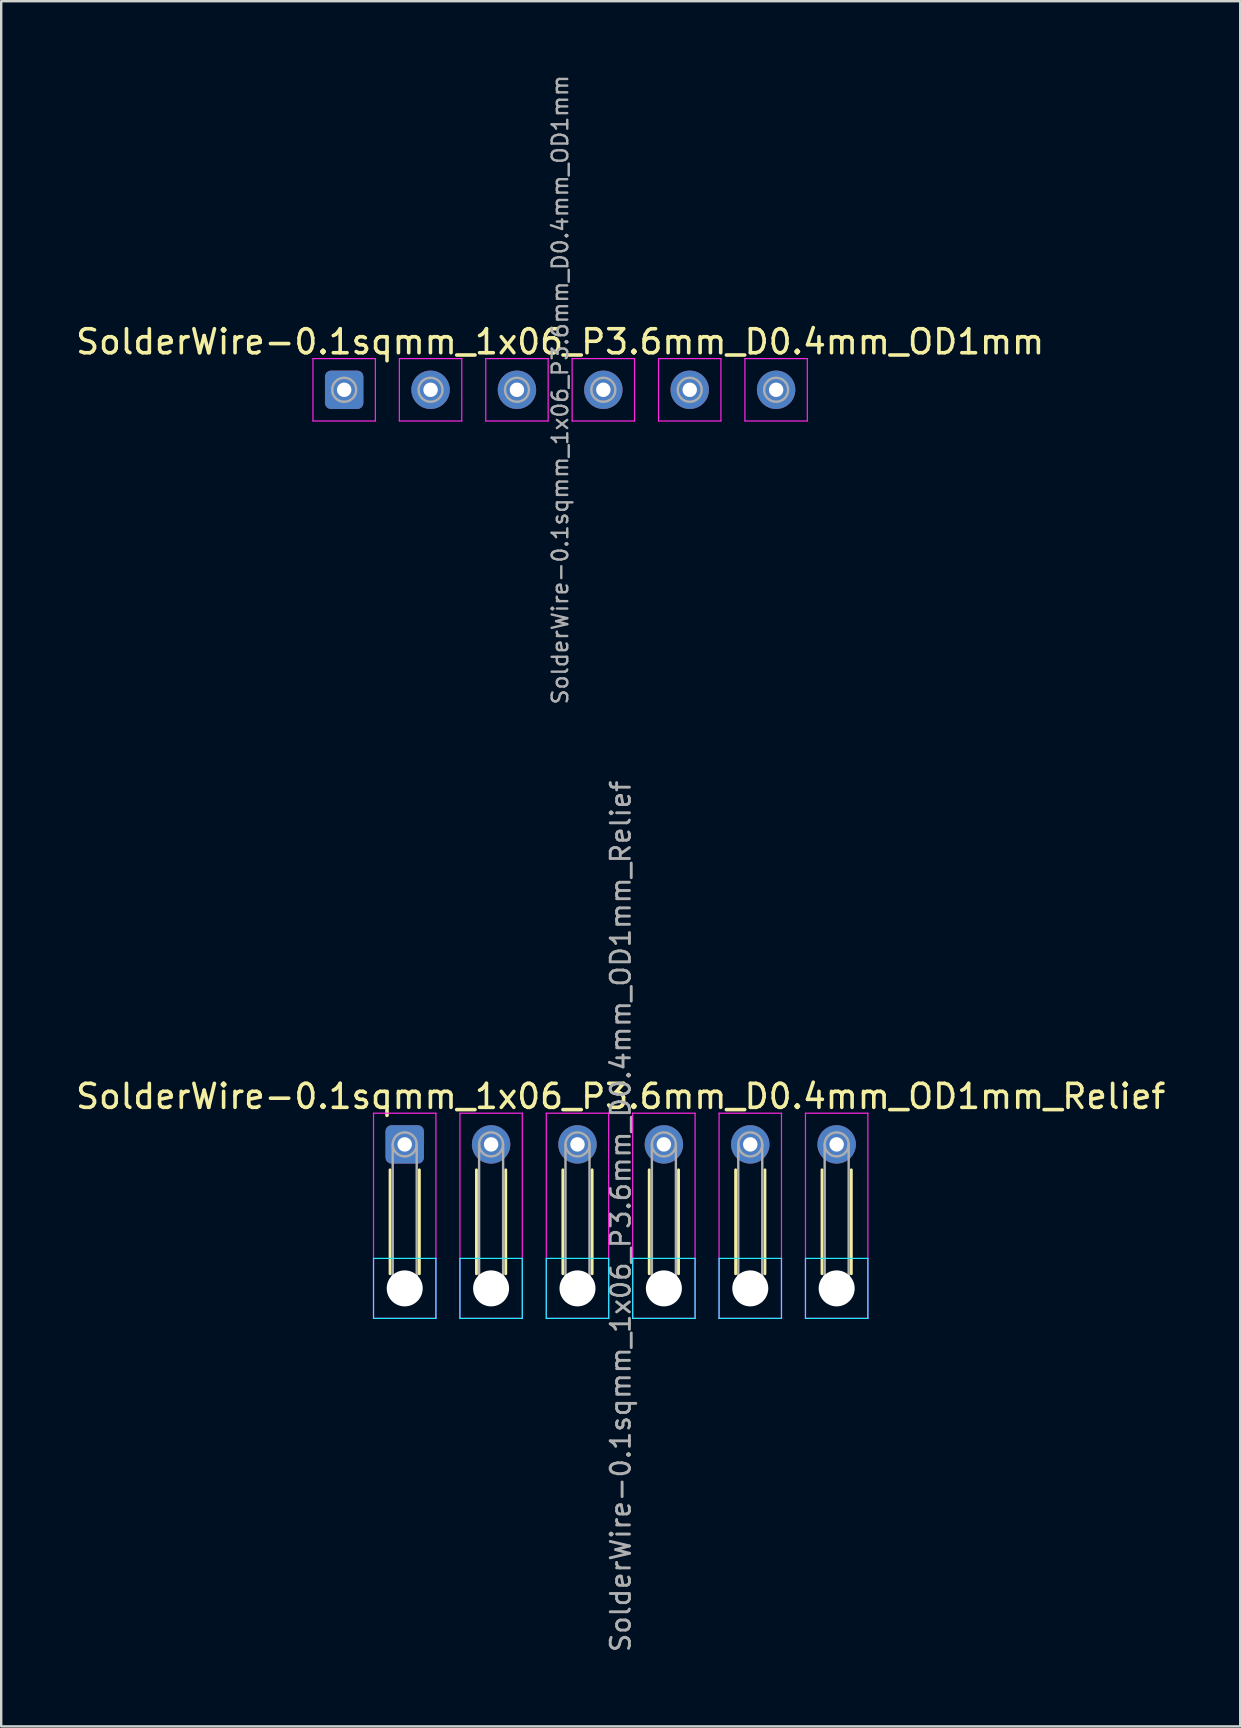
<source format=kicad_pcb>
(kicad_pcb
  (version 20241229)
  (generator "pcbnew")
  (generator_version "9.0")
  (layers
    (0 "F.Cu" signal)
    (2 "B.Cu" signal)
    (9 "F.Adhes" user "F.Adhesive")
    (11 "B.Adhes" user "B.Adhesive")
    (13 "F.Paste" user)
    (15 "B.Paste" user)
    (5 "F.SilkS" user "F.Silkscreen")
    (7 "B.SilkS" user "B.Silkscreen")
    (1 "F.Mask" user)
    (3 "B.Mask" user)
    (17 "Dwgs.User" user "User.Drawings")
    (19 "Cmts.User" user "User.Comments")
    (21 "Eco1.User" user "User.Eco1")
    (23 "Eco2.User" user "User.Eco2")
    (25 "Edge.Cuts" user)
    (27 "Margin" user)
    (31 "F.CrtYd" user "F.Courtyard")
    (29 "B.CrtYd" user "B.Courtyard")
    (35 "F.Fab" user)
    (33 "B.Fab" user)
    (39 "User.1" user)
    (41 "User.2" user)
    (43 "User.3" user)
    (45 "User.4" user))
  (footprint "SolderWire-0.1sqmm_1x06_P3.6mm_D0.4mm_OD1mm_Relief"
    (layer "F.Cu")
    (at 13.815 44.639)
    (property "Reference" "SolderWire-0.1sqmm_1x06_P3.6mm_D0.4mm_OD1mm_Relief" (at 9 -2 0) (layer "F.SilkS") (effects (font (size 1 1) (thickness 0.15))))
    (attr exclude_from_pos_files exclude_from_bom)
    (fp_line (start -0.61 1.06) (end -0.61 5.39) (stroke (width 0.12) (type solid)) (layer "F.SilkS"))
    (fp_line (start 0.61 1.06) (end 0.61 5.39) (stroke (width 0.12) (type solid)) (layer "F.SilkS"))
    (fp_line (start 2.99 1.06) (end 2.99 5.39) (stroke (width 0.12) (type solid)) (layer "F.SilkS"))
    (fp_line (start 4.21 1.06) (end 4.21 5.39) (stroke (width 0.12) (type solid)) (layer "F.SilkS"))
    (fp_line (start 6.59 1.06) (end 6.59 5.39) (stroke (width 0.12) (type solid)) (layer "F.SilkS"))
    (fp_line (start 7.81 1.06) (end 7.81 5.39) (stroke (width 0.12) (type solid)) (layer "F.SilkS"))
    (fp_line (start 10.19 1.06) (end 10.19 5.39) (stroke (width 0.12) (type solid)) (layer "F.SilkS"))
    (fp_line (start 11.41 1.06) (end 11.41 5.39) (stroke (width 0.12) (type solid)) (layer "F.SilkS"))
    (fp_line (start 13.79 1.06) (end 13.79 5.39) (stroke (width 0.12) (type solid)) (layer "F.SilkS"))
    (fp_line (start 15.01 1.06) (end 15.01 5.39) (stroke (width 0.12) (type solid)) (layer "F.SilkS"))
    (fp_line (start 17.39 1.06) (end 17.39 5.39) (stroke (width 0.12) (type solid)) (layer "F.SilkS"))
    (fp_line (start 18.61 1.06) (end 18.61 5.39) (stroke (width 0.12) (type solid)) (layer "F.SilkS"))
    (fp_line (start -1.3 4.75) (end -1.3 7.25) (stroke (width 0.05) (type solid)) (layer "B.CrtYd"))
    (fp_line (start -1.3 7.25) (end 1.3 7.25) (stroke (width 0.05) (type solid)) (layer "B.CrtYd"))
    (fp_line (start 1.3 4.75) (end -1.3 4.75) (stroke (width 0.05) (type solid)) (layer "B.CrtYd"))
    (fp_line (start 1.3 7.25) (end 1.3 4.75) (stroke (width 0.05) (type solid)) (layer "B.CrtYd"))
    (fp_line (start 2.3 4.75) (end 2.3 7.25) (stroke (width 0.05) (type solid)) (layer "B.CrtYd"))
    (fp_line (start 2.3 7.25) (end 4.9 7.25) (stroke (width 0.05) (type solid)) (layer "B.CrtYd"))
    (fp_line (start 4.9 4.75) (end 2.3 4.75) (stroke (width 0.05) (type solid)) (layer "B.CrtYd"))
    (fp_line (start 4.9 7.25) (end 4.9 4.75) (stroke (width 0.05) (type solid)) (layer "B.CrtYd"))
    (fp_line (start 5.9 4.75) (end 5.9 7.25) (stroke (width 0.05) (type solid)) (layer "B.CrtYd"))
    (fp_line (start 5.9 7.25) (end 8.5 7.25) (stroke (width 0.05) (type solid)) (layer "B.CrtYd"))
    (fp_line (start 8.5 4.75) (end 5.9 4.75) (stroke (width 0.05) (type solid)) (layer "B.CrtYd"))
    (fp_line (start 8.5 7.25) (end 8.5 4.75) (stroke (width 0.05) (type solid)) (layer "B.CrtYd"))
    (fp_line (start 9.5 4.75) (end 9.5 7.25) (stroke (width 0.05) (type solid)) (layer "B.CrtYd"))
    (fp_line (start 9.5 7.25) (end 12.1 7.25) (stroke (width 0.05) (type solid)) (layer "B.CrtYd"))
    (fp_line (start 12.1 4.75) (end 9.5 4.75) (stroke (width 0.05) (type solid)) (layer "B.CrtYd"))
    (fp_line (start 12.1 7.25) (end 12.1 4.75) (stroke (width 0.05) (type solid)) (layer "B.CrtYd"))
    (fp_line (start 13.1 4.75) (end 13.1 7.25) (stroke (width 0.05) (type solid)) (layer "B.CrtYd"))
    (fp_line (start 13.1 7.25) (end 15.7 7.25) (stroke (width 0.05) (type solid)) (layer "B.CrtYd"))
    (fp_line (start 15.7 4.75) (end 13.1 4.75) (stroke (width 0.05) (type solid)) (layer "B.CrtYd"))
    (fp_line (start 15.7 7.25) (end 15.7 4.75) (stroke (width 0.05) (type solid)) (layer "B.CrtYd"))
    (fp_line (start 16.7 4.75) (end 16.7 7.25) (stroke (width 0.05) (type solid)) (layer "B.CrtYd"))
    (fp_line (start 16.7 7.25) (end 19.3 7.25) (stroke (width 0.05) (type solid)) (layer "B.CrtYd"))
    (fp_line (start 19.3 4.75) (end 16.7 4.75) (stroke (width 0.05) (type solid)) (layer "B.CrtYd"))
    (fp_line (start 19.3 7.25) (end 19.3 4.75) (stroke (width 0.05) (type solid)) (layer "B.CrtYd"))
    (fp_line (start -1.3 -1.3) (end -1.3 7.25) (stroke (width 0.05) (type solid)) (layer "F.CrtYd"))
    (fp_line (start -1.3 7.25) (end 1.3 7.25) (stroke (width 0.05) (type solid)) (layer "F.CrtYd"))
    (fp_line (start 1.3 -1.3) (end -1.3 -1.3) (stroke (width 0.05) (type solid)) (layer "F.CrtYd"))
    (fp_line (start 1.3 7.25) (end 1.3 -1.3) (stroke (width 0.05) (type solid)) (layer "F.CrtYd"))
    (fp_line (start 2.3 -1.3) (end 2.3 7.25) (stroke (width 0.05) (type solid)) (layer "F.CrtYd"))
    (fp_line (start 2.3 7.25) (end 4.9 7.25) (stroke (width 0.05) (type solid)) (layer "F.CrtYd"))
    (fp_line (start 4.9 -1.3) (end 2.3 -1.3) (stroke (width 0.05) (type solid)) (layer "F.CrtYd"))
    (fp_line (start 4.9 7.25) (end 4.9 -1.3) (stroke (width 0.05) (type solid)) (layer "F.CrtYd"))
    (fp_line (start 5.9 -1.3) (end 5.9 7.25) (stroke (width 0.05) (type solid)) (layer "F.CrtYd"))
    (fp_line (start 5.9 7.25) (end 8.5 7.25) (stroke (width 0.05) (type solid)) (layer "F.CrtYd"))
    (fp_line (start 8.5 -1.3) (end 5.9 -1.3) (stroke (width 0.05) (type solid)) (layer "F.CrtYd"))
    (fp_line (start 8.5 7.25) (end 8.5 -1.3) (stroke (width 0.05) (type solid)) (layer "F.CrtYd"))
    (fp_line (start 9.5 -1.3) (end 9.5 7.25) (stroke (width 0.05) (type solid)) (layer "F.CrtYd"))
    (fp_line (start 9.5 7.25) (end 12.1 7.25) (stroke (width 0.05) (type solid)) (layer "F.CrtYd"))
    (fp_line (start 12.1 -1.3) (end 9.5 -1.3) (stroke (width 0.05) (type solid)) (layer "F.CrtYd"))
    (fp_line (start 12.1 7.25) (end 12.1 -1.3) (stroke (width 0.05) (type solid)) (layer "F.CrtYd"))
    (fp_line (start 13.1 -1.3) (end 13.1 7.25) (stroke (width 0.05) (type solid)) (layer "F.CrtYd"))
    (fp_line (start 13.1 7.25) (end 15.7 7.25) (stroke (width 0.05) (type solid)) (layer "F.CrtYd"))
    (fp_line (start 15.7 -1.3) (end 13.1 -1.3) (stroke (width 0.05) (type solid)) (layer "F.CrtYd"))
    (fp_line (start 15.7 7.25) (end 15.7 -1.3) (stroke (width 0.05) (type solid)) (layer "F.CrtYd"))
    (fp_line (start 16.7 -1.3) (end 16.7 7.25) (stroke (width 0.05) (type solid)) (layer "F.CrtYd"))
    (fp_line (start 16.7 7.25) (end 19.3 7.25) (stroke (width 0.05) (type solid)) (layer "F.CrtYd"))
    (fp_line (start 19.3 -1.3) (end 16.7 -1.3) (stroke (width 0.05) (type solid)) (layer "F.CrtYd"))
    (fp_line (start 19.3 7.25) (end 19.3 -1.3) (stroke (width 0.05) (type solid)) (layer "F.CrtYd"))
    (fp_line (start -0.5 0) (end -0.5 6) (stroke (width 0.1) (type solid)) (layer "F.Fab"))
    (fp_line (start 0.5 0) (end 0.5 6) (stroke (width 0.1) (type solid)) (layer "F.Fab"))
    (fp_line (start 3.1 0) (end 3.1 6) (stroke (width 0.1) (type solid)) (layer "F.Fab"))
    (fp_line (start 4.1 0) (end 4.1 6) (stroke (width 0.1) (type solid)) (layer "F.Fab"))
    (fp_line (start 6.7 0) (end 6.7 6) (stroke (width 0.1) (type solid)) (layer "F.Fab"))
    (fp_line (start 7.7 0) (end 7.7 6) (stroke (width 0.1) (type solid)) (layer "F.Fab"))
    (fp_line (start 10.3 0) (end 10.3 6) (stroke (width 0.1) (type solid)) (layer "F.Fab"))
    (fp_line (start 11.3 0) (end 11.3 6) (stroke (width 0.1) (type solid)) (layer "F.Fab"))
    (fp_line (start 13.9 0) (end 13.9 6) (stroke (width 0.1) (type solid)) (layer "F.Fab"))
    (fp_line (start 14.9 0) (end 14.9 6) (stroke (width 0.1) (type solid)) (layer "F.Fab"))
    (fp_line (start 17.5 0) (end 17.5 6) (stroke (width 0.1) (type solid)) (layer "F.Fab"))
    (fp_line (start 18.5 0) (end 18.5 6) (stroke (width 0.1) (type solid)) (layer "F.Fab"))
    (fp_circle (center 0 0) (end 0.5 0) (stroke (width 0.1) (type solid)) (fill no) (layer "F.Fab"))
    (fp_circle (center 0 6) (end 0.5 6) (stroke (width 0.1) (type solid)) (fill no) (layer "F.Fab"))
    (fp_circle (center 3.6 0) (end 4.1 0) (stroke (width 0.1) (type solid)) (fill no) (layer "F.Fab"))
    (fp_circle (center 3.6 6) (end 4.1 6) (stroke (width 0.1) (type solid)) (fill no) (layer "F.Fab"))
    (fp_circle (center 7.2 0) (end 7.7 0) (stroke (width 0.1) (type solid)) (fill no) (layer "F.Fab"))
    (fp_circle (center 7.2 6) (end 7.7 6) (stroke (width 0.1) (type solid)) (fill no) (layer "F.Fab"))
    (fp_circle (center 10.8 0) (end 11.3 0) (stroke (width 0.1) (type solid)) (fill no) (layer "F.Fab"))
    (fp_circle (center 10.8 6) (end 11.3 6) (stroke (width 0.1) (type solid)) (fill no) (layer "F.Fab"))
    (fp_circle (center 14.4 0) (end 14.9 0) (stroke (width 0.1) (type solid)) (fill no) (layer "F.Fab"))
    (fp_circle (center 14.4 6) (end 14.9 6) (stroke (width 0.1) (type solid)) (fill no) (layer "F.Fab"))
    (fp_circle (center 18 0) (end 18.5 0) (stroke (width 0.1) (type solid)) (fill no) (layer "F.Fab"))
    (fp_circle (center 18 6) (end 18.5 6) (stroke (width 0.1) (type solid)) (fill no) (layer "F.Fab"))
    (fp_text user "${REFERENCE}" (at 9 3 90) (layer "F.Fab") (effects (font (size 0.8 0.8) (thickness 0.12))))
    (pad "" np_thru_hole circle (at 0 6) (size 1.5 1.5) (drill 1.5) (layers "*.Cu" "*.Mask"))
    (pad "" np_thru_hole circle (at 3.6 6) (size 1.5 1.5) (drill 1.5) (layers "*.Cu" "*.Mask"))
    (pad "" np_thru_hole circle (at 7.2 6) (size 1.5 1.5) (drill 1.5) (layers "*.Cu" "*.Mask"))
    (pad "" np_thru_hole circle (at 10.8 6) (size 1.5 1.5) (drill 1.5) (layers "*.Cu" "*.Mask"))
    (pad "" np_thru_hole circle (at 14.4 6) (size 1.5 1.5) (drill 1.5) (layers "*.Cu" "*.Mask"))
    (pad "" np_thru_hole circle (at 18 6) (size 1.5 1.5) (drill 1.5) (layers "*.Cu" "*.Mask"))
    (pad "1" thru_hole roundrect (at 0 0) (size 1.6 1.6) (drill 0.6) (layers "*.Cu" "*.Mask") (roundrect_rratio 0.156))
    (pad "2" thru_hole circle (at 3.6 0) (size 1.6 1.6) (drill 0.6) (layers "*.Cu" "*.Mask"))
    (pad "3" thru_hole circle (at 7.2 0) (size 1.6 1.6) (drill 0.6) (layers "*.Cu" "*.Mask"))
    (pad "4" thru_hole circle (at 10.8 0) (size 1.6 1.6) (drill 0.6) (layers "*.Cu" "*.Mask"))
    (pad "5" thru_hole circle (at 14.4 0) (size 1.6 1.6) (drill 0.6) (layers "*.Cu" "*.Mask"))
    (pad "6" thru_hole circle (at 18 0) (size 1.6 1.6) (drill 0.6) (layers "*.Cu" "*.Mask")))
  (footprint "SolderWire-0.1sqmm_1x06_P3.6mm_D0.4mm_OD1mm"
    (layer "F.Cu")
    (at 11.292 13.193)
    (property "Reference" "SolderWire-0.1sqmm_1x06_P3.6mm_D0.4mm_OD1mm" (at 9 -2 0) (layer "F.SilkS") (effects (font (size 1 1) (thickness 0.15))))
    (attr exclude_from_pos_files exclude_from_bom)
    (fp_line (start -1.3 -1.3) (end -1.3 1.3) (stroke (width 0.05) (type solid)) (layer "F.CrtYd"))
    (fp_line (start -1.3 1.3) (end 1.3 1.3) (stroke (width 0.05) (type solid)) (layer "F.CrtYd"))
    (fp_line (start 1.3 -1.3) (end -1.3 -1.3) (stroke (width 0.05) (type solid)) (layer "F.CrtYd"))
    (fp_line (start 1.3 1.3) (end 1.3 -1.3) (stroke (width 0.05) (type solid)) (layer "F.CrtYd"))
    (fp_line (start 2.3 -1.3) (end 2.3 1.3) (stroke (width 0.05) (type solid)) (layer "F.CrtYd"))
    (fp_line (start 2.3 1.3) (end 4.9 1.3) (stroke (width 0.05) (type solid)) (layer "F.CrtYd"))
    (fp_line (start 4.9 -1.3) (end 2.3 -1.3) (stroke (width 0.05) (type solid)) (layer "F.CrtYd"))
    (fp_line (start 4.9 1.3) (end 4.9 -1.3) (stroke (width 0.05) (type solid)) (layer "F.CrtYd"))
    (fp_line (start 5.9 -1.3) (end 5.9 1.3) (stroke (width 0.05) (type solid)) (layer "F.CrtYd"))
    (fp_line (start 5.9 1.3) (end 8.5 1.3) (stroke (width 0.05) (type solid)) (layer "F.CrtYd"))
    (fp_line (start 8.5 -1.3) (end 5.9 -1.3) (stroke (width 0.05) (type solid)) (layer "F.CrtYd"))
    (fp_line (start 8.5 1.3) (end 8.5 -1.3) (stroke (width 0.05) (type solid)) (layer "F.CrtYd"))
    (fp_line (start 9.5 -1.3) (end 9.5 1.3) (stroke (width 0.05) (type solid)) (layer "F.CrtYd"))
    (fp_line (start 9.5 1.3) (end 12.1 1.3) (stroke (width 0.05) (type solid)) (layer "F.CrtYd"))
    (fp_line (start 12.1 -1.3) (end 9.5 -1.3) (stroke (width 0.05) (type solid)) (layer "F.CrtYd"))
    (fp_line (start 12.1 1.3) (end 12.1 -1.3) (stroke (width 0.05) (type solid)) (layer "F.CrtYd"))
    (fp_line (start 13.1 -1.3) (end 13.1 1.3) (stroke (width 0.05) (type solid)) (layer "F.CrtYd"))
    (fp_line (start 13.1 1.3) (end 15.7 1.3) (stroke (width 0.05) (type solid)) (layer "F.CrtYd"))
    (fp_line (start 15.7 -1.3) (end 13.1 -1.3) (stroke (width 0.05) (type solid)) (layer "F.CrtYd"))
    (fp_line (start 15.7 1.3) (end 15.7 -1.3) (stroke (width 0.05) (type solid)) (layer "F.CrtYd"))
    (fp_line (start 16.7 -1.3) (end 16.7 1.3) (stroke (width 0.05) (type solid)) (layer "F.CrtYd"))
    (fp_line (start 16.7 1.3) (end 19.3 1.3) (stroke (width 0.05) (type solid)) (layer "F.CrtYd"))
    (fp_line (start 19.3 -1.3) (end 16.7 -1.3) (stroke (width 0.05) (type solid)) (layer "F.CrtYd"))
    (fp_line (start 19.3 1.3) (end 19.3 -1.3) (stroke (width 0.05) (type solid)) (layer "F.CrtYd"))
    (fp_circle (center 0 0) (end 0.5 0) (stroke (width 0.1) (type solid)) (fill no) (layer "F.Fab"))
    (fp_circle (center 3.6 0) (end 4.1 0) (stroke (width 0.1) (type solid)) (fill no) (layer "F.Fab"))
    (fp_circle (center 7.2 0) (end 7.7 0) (stroke (width 0.1) (type solid)) (fill no) (layer "F.Fab"))
    (fp_circle (center 10.8 0) (end 11.3 0) (stroke (width 0.1) (type solid)) (fill no) (layer "F.Fab"))
    (fp_circle (center 14.4 0) (end 14.9 0) (stroke (width 0.1) (type solid)) (fill no) (layer "F.Fab"))
    (fp_circle (center 18 0) (end 18.5 0) (stroke (width 0.1) (type solid)) (fill no) (layer "F.Fab"))
    (fp_text user "${REFERENCE}" (at 9 0 90) (layer "F.Fab") (effects (font (size 0.65 0.65) (thickness 0.1))))
    (pad "1" thru_hole roundrect (at 0 0) (size 1.6 1.6) (drill 0.6) (layers "*.Cu" "*.Mask") (roundrect_rratio 0.156))
    (pad "2" thru_hole circle (at 3.6 0) (size 1.6 1.6) (drill 0.6) (layers "*.Cu" "*.Mask"))
    (pad "3" thru_hole circle (at 7.2 0) (size 1.6 1.6) (drill 0.6) (layers "*.Cu" "*.Mask"))
    (pad "4" thru_hole circle (at 10.8 0) (size 1.6 1.6) (drill 0.6) (layers "*.Cu" "*.Mask"))
    (pad "5" thru_hole circle (at 14.4 0) (size 1.6 1.6) (drill 0.6) (layers "*.Cu" "*.Mask"))
    (pad "6" thru_hole circle (at 18 0) (size 1.6 1.6) (drill 0.6) (layers "*.Cu" "*.Mask")))
  (gr_rect
    (start -3 -3)
    (end 48.631 68.891)
    (stroke (width 0.1) (type default))
    (fill no)
    (layer "Edge.Cuts")))
</source>
